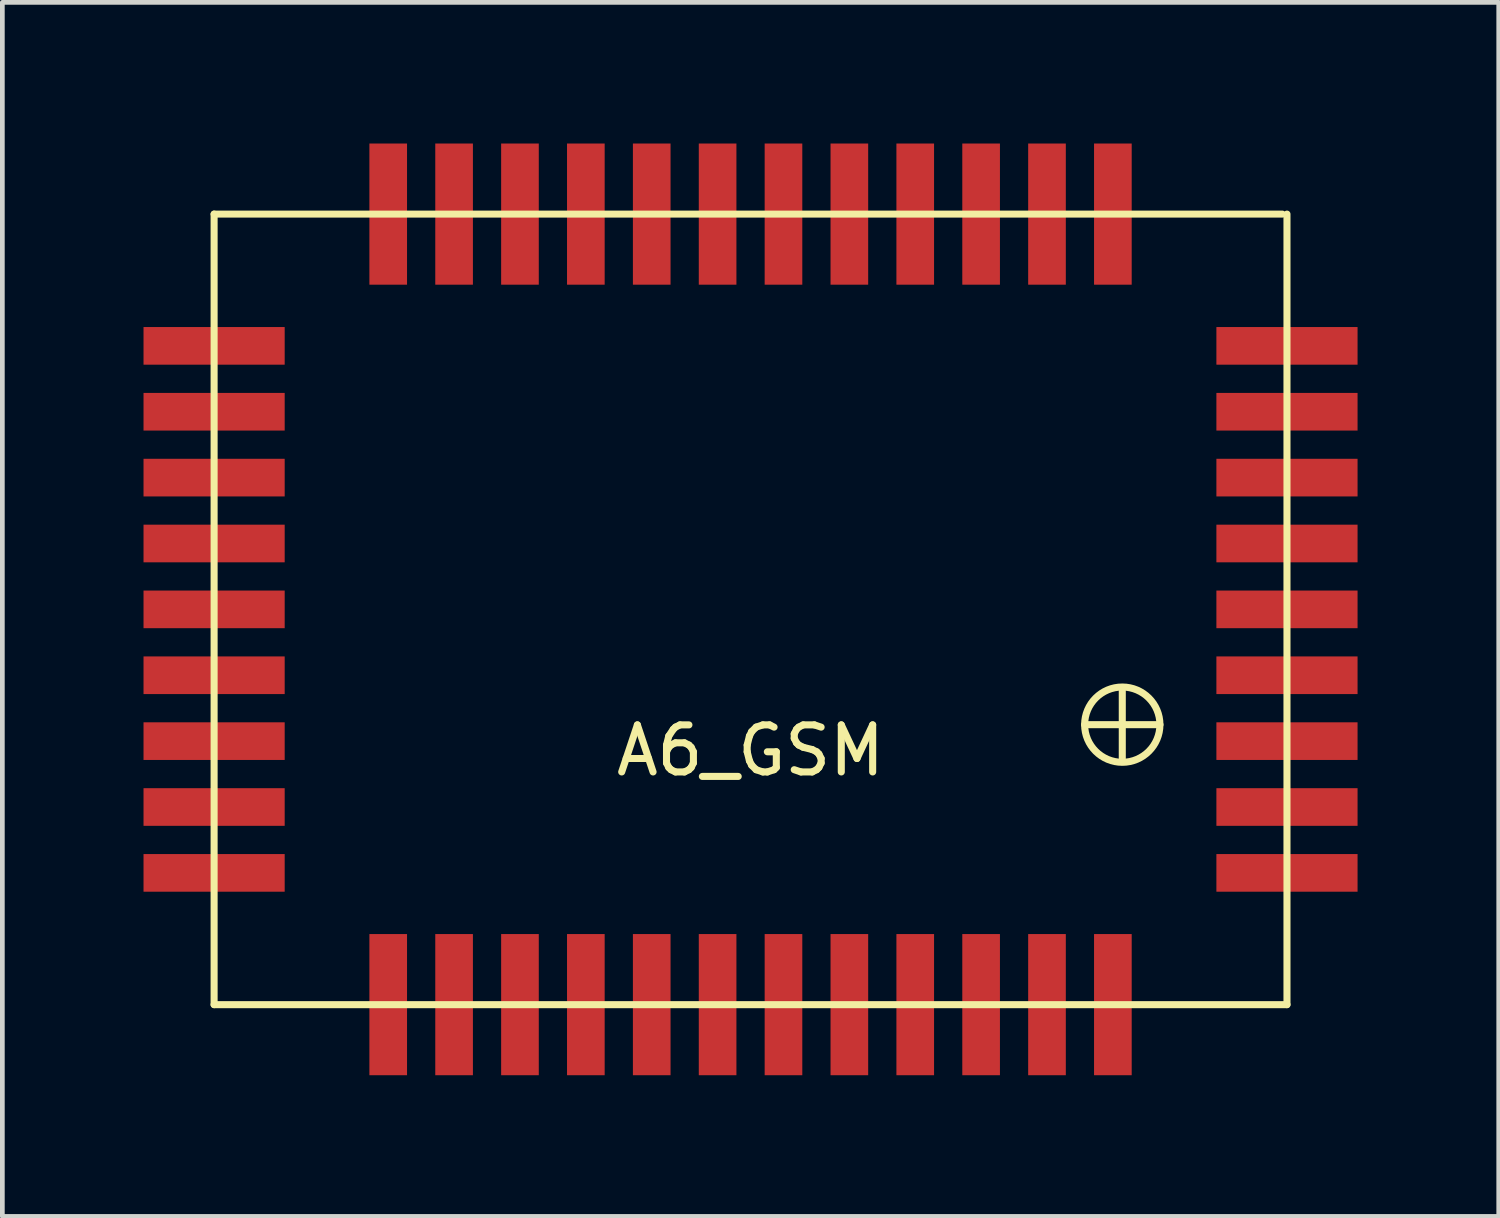
<source format=kicad_pcb>
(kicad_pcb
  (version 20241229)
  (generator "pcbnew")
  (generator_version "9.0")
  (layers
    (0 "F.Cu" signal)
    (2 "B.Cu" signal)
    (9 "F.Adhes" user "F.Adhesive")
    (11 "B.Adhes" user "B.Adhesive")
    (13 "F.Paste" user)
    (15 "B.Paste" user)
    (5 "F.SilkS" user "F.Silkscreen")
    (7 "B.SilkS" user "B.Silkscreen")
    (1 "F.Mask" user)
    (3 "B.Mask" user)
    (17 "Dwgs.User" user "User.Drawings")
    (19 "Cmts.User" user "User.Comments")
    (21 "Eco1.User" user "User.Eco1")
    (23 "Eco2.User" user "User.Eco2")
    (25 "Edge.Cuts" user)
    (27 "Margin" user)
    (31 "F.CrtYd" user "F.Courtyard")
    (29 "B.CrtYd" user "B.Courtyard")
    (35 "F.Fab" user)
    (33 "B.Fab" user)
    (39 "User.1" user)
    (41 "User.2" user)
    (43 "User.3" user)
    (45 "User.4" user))
  (footprint "A6_GSM"
    (layer "F.Cu")
    (at 12.9 9.9)
    (property "Reference" "A6_GSM" (at 0 3 0) (layer "F.SilkS") (effects (font (size 1 1) (thickness 0.15))))
    (attr through_hole)
    (fp_line (start -11.4 -8.4) (end 11.3 -8.4) (stroke (width 0.15) (type solid)) (layer "F.SilkS"))
    (fp_line (start -11.4 8.4) (end -11.4 -8.4) (stroke (width 0.15) (type solid)) (layer "F.SilkS"))
    (fp_line (start 7.1 2.45) (end 8.7 2.45) (stroke (width 0.15) (type solid)) (layer "F.SilkS"))
    (fp_line (start 7.9 1.7) (end 7.9 3.2) (stroke (width 0.15) (type solid)) (layer "F.SilkS"))
    (fp_line (start 11.4 -8.4) (end 11.4 8.4) (stroke (width 0.15) (type solid)) (layer "F.SilkS"))
    (fp_line (start 11.4 8.4) (end -11.4 8.4) (stroke (width 0.15) (type solid)) (layer "F.SilkS"))
    (fp_circle (center 7.9 2.45) (end 7.9 3.25) (stroke (width 0.15) (type solid)) (fill no) (layer "F.SilkS"))
    (pad "1" smd rect (at 7.7 -8.4) (size 0.8 3) (layers "F.Cu" "F.Mask" "F.Paste"))
    (pad "2" smd rect (at 6.3 -8.4) (size 0.8 3) (layers "F.Cu" "F.Mask" "F.Paste"))
    (pad "3" smd rect (at 4.9 -8.4) (size 0.8 3) (layers "F.Cu" "F.Mask" "F.Paste"))
    (pad "4" smd rect (at 3.5 -8.4) (size 0.8 3) (layers "F.Cu" "F.Mask" "F.Paste"))
    (pad "5" smd rect (at 2.1 -8.4) (size 0.8 3) (layers "F.Cu" "F.Mask" "F.Paste"))
    (pad "6" smd rect (at 0.7 -8.4) (size 0.8 3) (layers "F.Cu" "F.Mask" "F.Paste"))
    (pad "7" smd rect (at -0.7 -8.4) (size 0.8 3) (layers "F.Cu" "F.Mask" "F.Paste"))
    (pad "8" smd rect (at -2.1 -8.4) (size 0.8 3) (layers "F.Cu" "F.Mask" "F.Paste"))
    (pad "9" smd rect (at -3.5 -8.4) (size 0.8 3) (layers "F.Cu" "F.Mask" "F.Paste"))
    (pad "10" smd rect (at -4.9 -8.4) (size 0.8 3) (layers "F.Cu" "F.Mask" "F.Paste"))
    (pad "11" smd rect (at -6.3 -8.4) (size 0.8 3) (layers "F.Cu" "F.Mask" "F.Paste"))
    (pad "12" smd rect (at -7.7 -8.4) (size 0.8 3) (layers "F.Cu" "F.Mask" "F.Paste"))
    (pad "13" smd rect (at -11.4 -5.6 90) (size 0.8 3) (layers "F.Cu" "F.Mask" "F.Paste"))
    (pad "14" smd rect (at -11.4 -4.2 90) (size 0.8 3) (layers "F.Cu" "F.Mask" "F.Paste"))
    (pad "15" smd rect (at -11.4 -2.8 90) (size 0.8 3) (layers "F.Cu" "F.Mask" "F.Paste"))
    (pad "16" smd rect (at -11.4 -1.4 90) (size 0.8 3) (layers "F.Cu" "F.Mask" "F.Paste"))
    (pad "17" smd rect (at -11.4 0 90) (size 0.8 3) (layers "F.Cu" "F.Mask" "F.Paste"))
    (pad "18" smd rect (at -11.4 1.4 90) (size 0.8 3) (layers "F.Cu" "F.Mask" "F.Paste"))
    (pad "19" smd rect (at -11.4 2.8 90) (size 0.8 3) (layers "F.Cu" "F.Mask" "F.Paste"))
    (pad "20" smd rect (at -11.4 4.2 90) (size 0.8 3) (layers "F.Cu" "F.Mask" "F.Paste"))
    (pad "21" smd rect (at -11.4 5.6 90) (size 0.8 3) (layers "F.Cu" "F.Mask" "F.Paste"))
    (pad "22" smd rect (at -7.7 8.4 180) (size 0.8 3) (layers "F.Cu" "F.Mask" "F.Paste"))
    (pad "23" smd rect (at -6.3 8.4 180) (size 0.8 3) (layers "F.Cu" "F.Mask" "F.Paste"))
    (pad "24" smd rect (at -4.9 8.4 180) (size 0.8 3) (layers "F.Cu" "F.Mask" "F.Paste"))
    (pad "25" smd rect (at -3.5 8.4 180) (size 0.8 3) (layers "F.Cu" "F.Mask" "F.Paste"))
    (pad "26" smd rect (at -2.1 8.4 180) (size 0.8 3) (layers "F.Cu" "F.Mask" "F.Paste"))
    (pad "27" smd rect (at -0.7 8.4 180) (size 0.8 3) (layers "F.Cu" "F.Mask" "F.Paste"))
    (pad "28" smd rect (at 0.7 8.4 180) (size 0.8 3) (layers "F.Cu" "F.Mask" "F.Paste"))
    (pad "29" smd rect (at 2.1 8.4 180) (size 0.8 3) (layers "F.Cu" "F.Mask" "F.Paste"))
    (pad "30" smd rect (at 3.5 8.4 180) (size 0.8 3) (layers "F.Cu" "F.Mask" "F.Paste"))
    (pad "31" smd rect (at 4.9 8.4 180) (size 0.8 3) (layers "F.Cu" "F.Mask" "F.Paste"))
    (pad "32" smd rect (at 6.3 8.4 180) (size 0.8 3) (layers "F.Cu" "F.Mask" "F.Paste"))
    (pad "33" smd rect (at 7.7 8.4 180) (size 0.8 3) (layers "F.Cu" "F.Mask" "F.Paste"))
    (pad "34" smd rect (at 11.4 5.6 90) (size 0.8 3) (layers "F.Cu" "F.Mask" "F.Paste"))
    (pad "35" smd rect (at 11.4 4.2 90) (size 0.8 3) (layers "F.Cu" "F.Mask" "F.Paste"))
    (pad "36" smd rect (at 11.4 2.8 90) (size 0.8 3) (layers "F.Cu" "F.Mask" "F.Paste"))
    (pad "37" smd rect (at 11.4 1.4 90) (size 0.8 3) (layers "F.Cu" "F.Mask" "F.Paste"))
    (pad "38" smd rect (at 11.4 0 90) (size 0.8 3) (layers "F.Cu" "F.Mask" "F.Paste"))
    (pad "39" smd rect (at 11.4 -1.4 90) (size 0.8 3) (layers "F.Cu" "F.Mask" "F.Paste"))
    (pad "40" smd rect (at 11.4 -2.8 90) (size 0.8 3) (layers "F.Cu" "F.Mask" "F.Paste"))
    (pad "41" smd rect (at 11.4 -4.2 90) (size 0.8 3) (layers "F.Cu" "F.Mask" "F.Paste"))
    (pad "42" smd rect (at 11.4 -5.6 90) (size 0.8 3) (layers "F.Cu" "F.Mask" "F.Paste")))
  (gr_rect
    (start -3 -3)
    (end 28.8 22.8)
    (stroke (width 0.1) (type default))
    (fill no)
    (layer "Edge.Cuts")))
</source>
